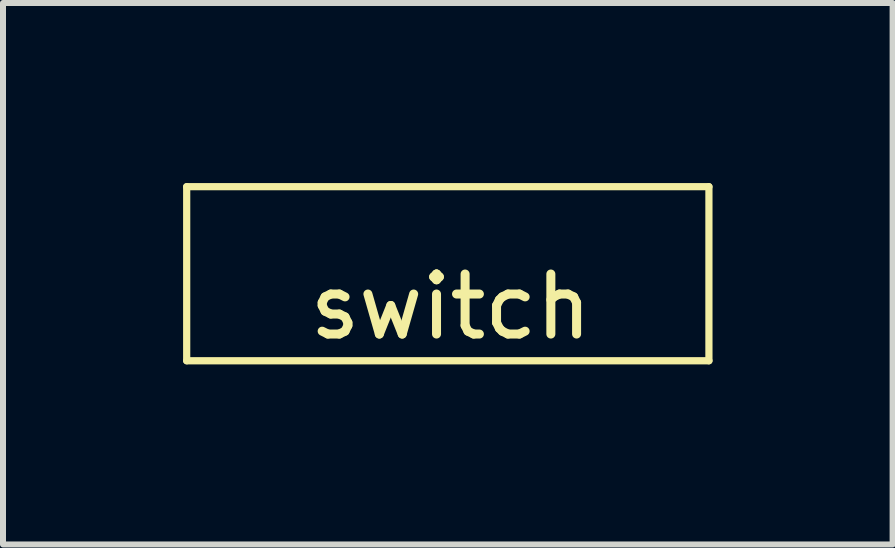
<source format=kicad_pcb>
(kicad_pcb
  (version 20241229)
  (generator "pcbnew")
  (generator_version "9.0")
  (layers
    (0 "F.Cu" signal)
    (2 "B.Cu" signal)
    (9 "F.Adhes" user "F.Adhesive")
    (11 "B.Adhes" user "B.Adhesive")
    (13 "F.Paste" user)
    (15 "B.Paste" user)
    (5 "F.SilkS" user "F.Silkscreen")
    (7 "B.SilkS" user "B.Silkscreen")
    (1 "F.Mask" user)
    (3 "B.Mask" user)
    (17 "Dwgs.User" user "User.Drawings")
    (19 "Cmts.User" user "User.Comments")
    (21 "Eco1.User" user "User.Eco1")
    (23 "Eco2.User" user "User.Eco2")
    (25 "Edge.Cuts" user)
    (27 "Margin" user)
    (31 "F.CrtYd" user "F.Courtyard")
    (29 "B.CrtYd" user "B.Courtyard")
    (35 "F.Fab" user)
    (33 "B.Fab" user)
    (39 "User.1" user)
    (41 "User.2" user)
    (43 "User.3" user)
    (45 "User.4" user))
  (footprint "switch"
    (layer "F.Cu")
    (at 4.46 1.56)
    (property "Reference" "switch" (at 0 0.5 0) (layer "F.SilkS") (effects (font (size 1 1) (thickness 0.15))))
    (attr through_hole)
    (fp_line (start -3.9 0.6) (end -3.4 0.6) (stroke (width 0.12) (type solid)) (layer "F.Mask"))
    (fp_line (start -3.9 0.9) (end -3.9 0.6) (stroke (width 0.12) (type solid)) (layer "F.Mask"))
    (fp_line (start -3.4 0.6) (end -3.4 0.9) (stroke (width 0.12) (type solid)) (layer "F.Mask"))
    (fp_line (start -3.4 0.9) (end -3.9 0.9) (stroke (width 0.12) (type solid)) (layer "F.Mask"))
    (fp_line (start -3 0.6) (end -2.5 0.6) (stroke (width 0.12) (type solid)) (layer "F.Mask"))
    (fp_line (start -3 0.9) (end -3 0.6) (stroke (width 0.12) (type solid)) (layer "F.Mask"))
    (fp_line (start -2.5 0.6) (end -2.5 0.9) (stroke (width 0.12) (type solid)) (layer "F.Mask"))
    (fp_line (start -2.5 0.9) (end -3 0.9) (stroke (width 0.12) (type solid)) (layer "F.Mask"))
    (fp_line (start -2.1 0.6) (end -1.6 0.6) (stroke (width 0.12) (type solid)) (layer "F.Mask"))
    (fp_line (start -2.1 0.9) (end -2.1 0.6) (stroke (width 0.12) (type solid)) (layer "F.Mask"))
    (fp_line (start -1.6 0.6) (end -1.6 0.9) (stroke (width 0.12) (type solid)) (layer "F.Mask"))
    (fp_line (start -1.6 0.9) (end -2.1 0.9) (stroke (width 0.12) (type solid)) (layer "F.Mask"))
    (fp_line (start -4.4 -1.5) (end 4.3 -1.5) (stroke (width 0.12) (type solid)) (layer "F.SilkS"))
    (fp_line (start -4.4 1.4) (end -4.4 -1.5) (stroke (width 0.12) (type solid)) (layer "F.SilkS"))
    (fp_line (start 4.3 -1.5) (end 4.3 1.4) (stroke (width 0.12) (type solid)) (layer "F.SilkS"))
    (fp_line (start 4.3 1.4) (end -4.4 1.4) (stroke (width 0.12) (type solid)) (layer "F.SilkS")))
  (gr_rect
    (start -3 -3)
    (end 11.82 6.02)
    (stroke (width 0.1) (type default))
    (fill no)
    (layer "Edge.Cuts")))
</source>
